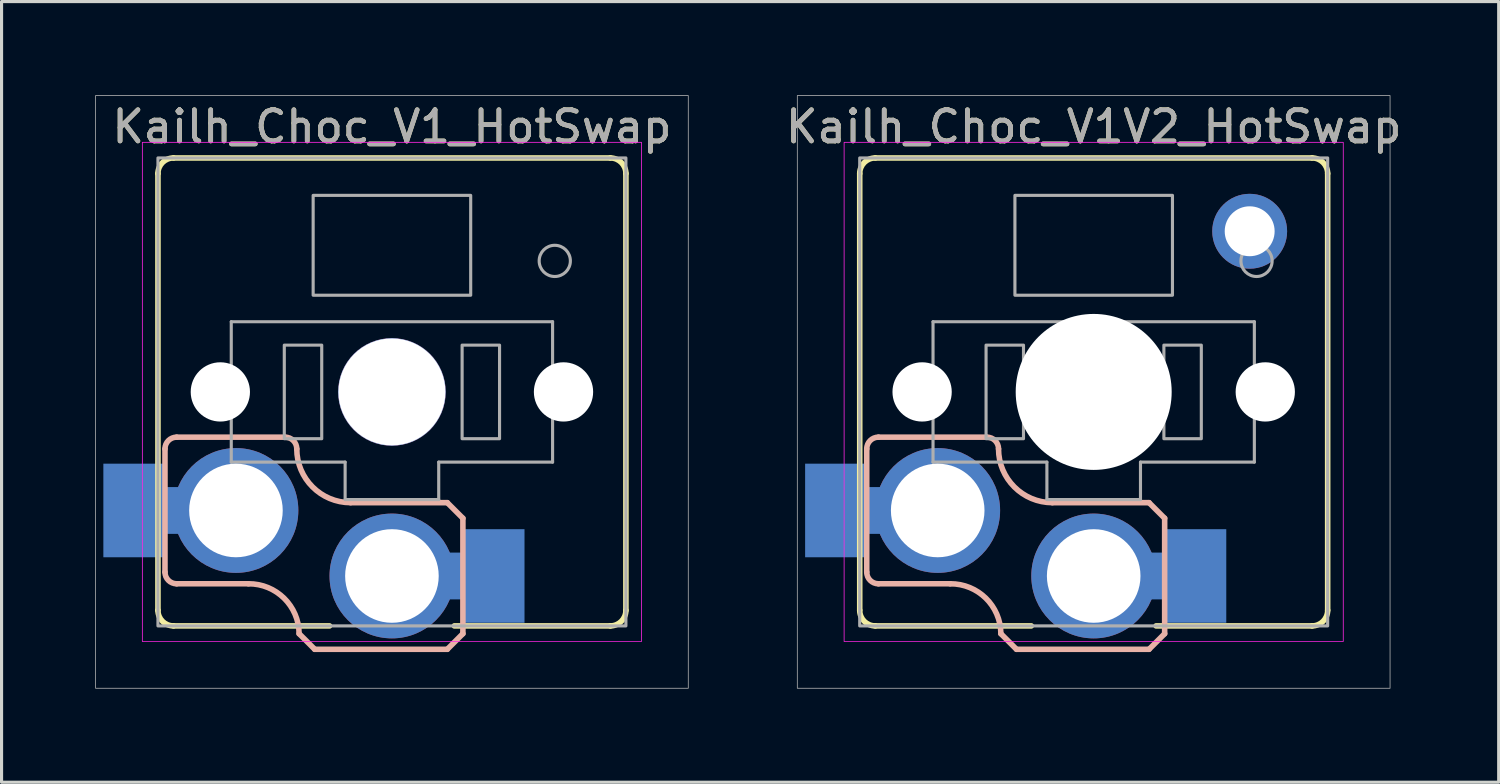
<source format=kicad_pcb>
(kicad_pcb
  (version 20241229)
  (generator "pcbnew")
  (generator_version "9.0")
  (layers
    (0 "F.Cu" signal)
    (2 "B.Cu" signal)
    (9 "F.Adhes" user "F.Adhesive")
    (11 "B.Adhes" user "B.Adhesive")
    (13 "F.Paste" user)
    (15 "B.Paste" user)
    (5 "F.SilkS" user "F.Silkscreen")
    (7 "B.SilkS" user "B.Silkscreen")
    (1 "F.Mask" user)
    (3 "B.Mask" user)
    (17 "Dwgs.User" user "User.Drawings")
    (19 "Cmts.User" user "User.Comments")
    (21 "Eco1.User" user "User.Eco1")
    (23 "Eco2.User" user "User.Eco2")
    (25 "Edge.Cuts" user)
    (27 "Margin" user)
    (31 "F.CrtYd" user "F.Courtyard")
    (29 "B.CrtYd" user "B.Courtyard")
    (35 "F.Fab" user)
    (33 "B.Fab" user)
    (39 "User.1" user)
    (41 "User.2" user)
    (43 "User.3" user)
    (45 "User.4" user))
  (footprint "Kailh_Choc_V1_HotSwap"
    (layer "F.Cu")
    (at 9.513 9.513)
    (property "Reference" "Kailh_Choc_V1_HotSwap" (at 0 -8.5 0) (unlocked yes) (layer "F.SilkS") (effects (font (size 1 1) (thickness 0.15))))
    (fp_line (start -7.5 -7) (end -7.5 7) (stroke (width 0.178) (type default)) (layer "F.SilkS"))
    (fp_line (start -7 7.5) (end -2 7.5) (stroke (width 0.178) (type default)) (layer "F.SilkS"))
    (fp_line (start 2 7.5) (end 7 7.5) (stroke (width 0.178) (type default)) (layer "F.SilkS"))
    (fp_line (start 7 -7.5) (end -7 -7.5) (stroke (width 0.178) (type default)) (layer "F.SilkS"))
    (fp_line (start 7.5 7) (end 7.5 -7) (stroke (width 0.178) (type default)) (layer "F.SilkS"))
    (fp_arc (start -7.5 -7) (mid -7.353553 -7.353553) (end -7 -7.5) (stroke (width 0.1778) (type default)) (layer "F.SilkS"))
    (fp_arc (start -7 7.5) (mid -7.353553 7.353553) (end -7.5 7) (stroke (width 0.1778) (type default)) (layer "F.SilkS"))
    (fp_arc (start 7 -7.5) (mid 7.353553 -7.353553) (end 7.5 -7) (stroke (width 0.1778) (type default)) (layer "F.SilkS"))
    (fp_arc (start 7.5 7) (mid 7.353553 7.353553) (end 7 7.5) (stroke (width 0.1778) (type default)) (layer "F.SilkS"))
    (fp_line (start -7.275 5.775) (end -7.275 1.825) (stroke (width 0.178) (type default)) (layer "B.SilkS"))
    (fp_line (start -6.9 1.45) (end -3.425 1.45) (stroke (width 0.178) (type default)) (layer "B.SilkS"))
    (fp_line (start -6.9 6.15) (end -4.6 6.15) (stroke (width 0.178) (type default)) (layer "B.SilkS"))
    (fp_line (start -2.475 8.25) (end -2.975 7.75) (stroke (width 0.178) (type default)) (layer "B.SilkS"))
    (fp_line (start -1.325 3.55) (end 1.775 3.55) (stroke (width 0.178) (type default)) (layer "B.SilkS"))
    (fp_line (start 1.775 8.25) (end -2.475 8.25) (stroke (width 0.178) (type default)) (layer "B.SilkS"))
    (fp_line (start 2.275 4.05) (end 1.775 3.55) (stroke (width 0.178) (type default)) (layer "B.SilkS"))
    (fp_line (start 2.275 4.05) (end 2.275 7.75) (stroke (width 0.178) (type default)) (layer "B.SilkS"))
    (fp_line (start 2.275 7.75) (end 1.775 8.25) (stroke (width 0.178) (type default)) (layer "B.SilkS"))
    (fp_arc (start -7.275 1.825) (mid -7.165165 1.559835) (end -6.9 1.45) (stroke (width 0.1778) (type default)) (layer "B.SilkS"))
    (fp_arc (start -6.9 6.15) (mid -7.165165 6.040165) (end -7.275 5.775) (stroke (width 0.1778) (type default)) (layer "B.SilkS"))
    (fp_arc (start -4.600195 6.15) (mid -3.456227 6.613411) (end -2.975 7.75) (stroke (width 0.1778) (type default)) (layer "B.SilkS"))
    (fp_arc (start -3.425 1.45) (mid -3.159835 1.559835) (end -3.05 1.825) (stroke (width 0.1778) (type default)) (layer "B.SilkS"))
    (fp_arc (start -1.325 3.55) (mid -2.544759 3.044759) (end -3.05 1.825) (stroke (width 0.1778) (type default)) (layer "B.SilkS"))
    (fp_rect (start -8 -8) (end 8 8) (stroke (width 0.025) (type solid)) (fill no) (layer "F.CrtYd"))
    (fp_line (start -5.15 -2.25) (end -5.15 2.25) (stroke (width 0.1) (type default)) (layer "F.Fab"))
    (fp_line (start -5.15 -2.25) (end 5.15 -2.25) (stroke (width 0.1) (type default)) (layer "F.Fab"))
    (fp_line (start -5.15 2.25) (end -1.5 2.25) (stroke (width 0.1) (type default)) (layer "F.Fab"))
    (fp_line (start -1.5 3.45) (end -1.5 2.25) (stroke (width 0.1) (type default)) (layer "F.Fab"))
    (fp_line (start 1.5 2.25) (end 1.5 3.45) (stroke (width 0.1) (type default)) (layer "F.Fab"))
    (fp_line (start 1.5 3.45) (end -1.5 3.45) (stroke (width 0.1) (type default)) (layer "F.Fab"))
    (fp_line (start 5.15 -2.25) (end 5.15 2.25) (stroke (width 0.1) (type default)) (layer "F.Fab"))
    (fp_line (start 5.15 2.25) (end 1.5 2.25) (stroke (width 0.1) (type default)) (layer "F.Fab"))
    (fp_rect (start -9.5 9.5) (end 9.5 -9.5) (stroke (width 0.025) (type default)) (fill no) (layer "F.Fab"))
    (fp_rect (start -7.5 7.5) (end 7.5 -7.5) (stroke (width 0.1) (type solid)) (fill no) (layer "F.Fab"))
    (fp_rect (start -2.525 -6.3) (end 2.525 -3.1) (stroke (width 0.1) (type default)) (fill no) (layer "F.Fab"))
    (fp_rect (start -2.25 -1.5) (end -3.45 1.5) (stroke (width 0.1) (type default)) (fill no) (layer "F.Fab"))
    (fp_rect (start 3.45 -1.5) (end 2.25 1.5) (stroke (width 0.1) (type default)) (fill no) (layer "F.Fab"))
    (fp_circle (center 5.22 -4.2) (end 5.72 -4.2) (stroke (width 0.1) (type default)) (fill no) (layer "F.Fab"))
    (fp_text user "${REFERENCE}" (at 0 -8.5 0) (unlocked yes) (layer "F.Fab") (effects (font (size 1 1) (thickness 0.15))))
    (pad "" np_thru_hole circle (at -5.5 0) (size 1.9 1.9) (drill 1.9) (layers "*.Cu" "*.Mask"))
    (pad "" np_thru_hole circle (at 0 0) (size 3.45 3.45) (drill 3.429) (layers "*.Cu" "*.Mask"))
    (pad "" np_thru_hole circle (at 5.5 0) (size 1.9 1.9) (drill 1.9) (layers "*.Cu" "*.Mask"))
    (pad "1" thru_hole circle (at 0 5.9) (size 4 4) (drill 3) (layers "*.Cu" "B.Mask"))
    (pad "1" smd rect (at 2 5.9) (size 4 1.5) (layers "B.Cu"))
    (pad "1" smd rect (at 3.25 5.9) (size 2 3) (layers "B.Cu" "B.Mask" "B.Paste"))
    (pad "2" smd rect (at -8.25 3.8) (size 2 3) (layers "B.Cu" "B.Mask" "B.Paste"))
    (pad "2" smd rect (at -7 3.8) (size 4 1.5) (layers "B.Cu"))
    (pad "2" thru_hole circle (at -5 3.8) (size 4 4) (drill 3) (layers "*.Cu" "B.Mask")))
  (footprint "Kailh_Choc_V1V2_HotSwap"
    (layer "F.Cu")
    (at 32.008 9.513)
    (property "Reference" "Kailh_Choc_V1V2_HotSwap" (at 0 -8.5 0) (unlocked yes) (layer "F.SilkS") (effects (font (size 1 1) (thickness 0.15))))
    (fp_line (start -7.5 -7) (end -7.5 7) (stroke (width 0.178) (type default)) (layer "F.SilkS"))
    (fp_line (start -7 7.5) (end -2 7.5) (stroke (width 0.178) (type default)) (layer "F.SilkS"))
    (fp_line (start 2 7.5) (end 7 7.5) (stroke (width 0.178) (type default)) (layer "F.SilkS"))
    (fp_line (start 7 -7.5) (end -7 -7.5) (stroke (width 0.178) (type default)) (layer "F.SilkS"))
    (fp_line (start 7.5 7) (end 7.5 -7) (stroke (width 0.178) (type default)) (layer "F.SilkS"))
    (fp_arc (start -7.5 -7) (mid -7.353553 -7.353553) (end -7 -7.5) (stroke (width 0.1778) (type default)) (layer "F.SilkS"))
    (fp_arc (start -7 7.5) (mid -7.353553 7.353553) (end -7.5 7) (stroke (width 0.1778) (type default)) (layer "F.SilkS"))
    (fp_arc (start 7 -7.5) (mid 7.353553 -7.353553) (end 7.5 -7) (stroke (width 0.1778) (type default)) (layer "F.SilkS"))
    (fp_arc (start 7.5 7) (mid 7.353553 7.353553) (end 7 7.5) (stroke (width 0.1778) (type default)) (layer "F.SilkS"))
    (fp_line (start -7.275 5.775) (end -7.275 1.825) (stroke (width 0.178) (type default)) (layer "B.SilkS"))
    (fp_line (start -6.9 1.45) (end -3.425 1.45) (stroke (width 0.178) (type default)) (layer "B.SilkS"))
    (fp_line (start -6.9 6.15) (end -4.6 6.15) (stroke (width 0.178) (type default)) (layer "B.SilkS"))
    (fp_line (start -2.475 8.25) (end -2.975 7.75) (stroke (width 0.178) (type default)) (layer "B.SilkS"))
    (fp_line (start -1.325 3.55) (end 1.775 3.55) (stroke (width 0.178) (type default)) (layer "B.SilkS"))
    (fp_line (start 1.775 8.25) (end -2.475 8.25) (stroke (width 0.178) (type default)) (layer "B.SilkS"))
    (fp_line (start 2.275 4.05) (end 1.775 3.55) (stroke (width 0.178) (type default)) (layer "B.SilkS"))
    (fp_line (start 2.275 4.05) (end 2.275 7.75) (stroke (width 0.178) (type default)) (layer "B.SilkS"))
    (fp_line (start 2.275 7.75) (end 1.775 8.25) (stroke (width 0.178) (type default)) (layer "B.SilkS"))
    (fp_arc (start -7.275 1.825) (mid -7.165165 1.559835) (end -6.9 1.45) (stroke (width 0.1778) (type default)) (layer "B.SilkS"))
    (fp_arc (start -6.9 6.15) (mid -7.165165 6.040165) (end -7.275 5.775) (stroke (width 0.1778) (type default)) (layer "B.SilkS"))
    (fp_arc (start -4.600195 6.15) (mid -3.456227 6.613411) (end -2.975 7.75) (stroke (width 0.1778) (type default)) (layer "B.SilkS"))
    (fp_arc (start -3.425 1.45) (mid -3.159835 1.559835) (end -3.05 1.825) (stroke (width 0.1778) (type default)) (layer "B.SilkS"))
    (fp_arc (start -1.325 3.55) (mid -2.544759 3.044759) (end -3.05 1.825) (stroke (width 0.1778) (type default)) (layer "B.SilkS"))
    (fp_rect (start -8 -8) (end 8 8) (stroke (width 0.025) (type solid)) (fill no) (layer "F.CrtYd"))
    (fp_line (start -5.15 -2.25) (end -5.15 2.25) (stroke (width 0.1) (type default)) (layer "F.Fab"))
    (fp_line (start -5.15 -2.25) (end 5.15 -2.25) (stroke (width 0.1) (type default)) (layer "F.Fab"))
    (fp_line (start -5.15 2.25) (end -1.5 2.25) (stroke (width 0.1) (type default)) (layer "F.Fab"))
    (fp_line (start -1.5 3.45) (end -1.5 2.25) (stroke (width 0.1) (type default)) (layer "F.Fab"))
    (fp_line (start 1.5 2.25) (end 1.5 3.45) (stroke (width 0.1) (type default)) (layer "F.Fab"))
    (fp_line (start 1.5 3.45) (end -1.5 3.45) (stroke (width 0.1) (type default)) (layer "F.Fab"))
    (fp_line (start 5.15 -2.25) (end 5.15 2.25) (stroke (width 0.1) (type default)) (layer "F.Fab"))
    (fp_line (start 5.15 2.25) (end 1.5 2.25) (stroke (width 0.1) (type default)) (layer "F.Fab"))
    (fp_rect (start -9.5 9.5) (end 9.5 -9.5) (stroke (width 0.025) (type default)) (fill no) (layer "F.Fab"))
    (fp_rect (start -7.5 7.5) (end 7.5 -7.5) (stroke (width 0.1) (type solid)) (fill no) (layer "F.Fab"))
    (fp_rect (start -2.525 -6.3) (end 2.525 -3.1) (stroke (width 0.1) (type default)) (fill no) (layer "F.Fab"))
    (fp_rect (start -2.25 -1.5) (end -3.45 1.5) (stroke (width 0.1) (type default)) (fill no) (layer "F.Fab"))
    (fp_rect (start 3.45 -1.5) (end 2.25 1.5) (stroke (width 0.1) (type default)) (fill no) (layer "F.Fab"))
    (fp_circle (center 5.22 -4.2) (end 5.72 -4.2) (stroke (width 0.1) (type default)) (fill no) (layer "F.Fab"))
    (fp_text user "${REFERENCE}" (at 0 -8.5 0) (unlocked yes) (layer "F.Fab") (effects (font (size 1 1) (thickness 0.15))))
    (pad "" np_thru_hole circle (at -5.5 0) (size 1.9 1.9) (drill 1.9) (layers "*.Cu" "*.Mask"))
    (pad "" np_thru_hole circle (at 0 0) (size 5 5) (drill 5) (layers "*.Cu" "*.Mask"))
    (pad "" np_thru_hole circle (at 5.5 0) (size 1.9 1.9) (drill 1.9) (layers "*.Cu" "*.Mask"))
    (pad "1" thru_hole circle (at 0 5.9) (size 4 4) (drill 3) (layers "*.Cu" "B.Mask"))
    (pad "1" smd rect (at 2 5.9) (size 4 1.5) (layers "B.Cu"))
    (pad "1" smd rect (at 3.25 5.9) (size 2 3) (layers "B.Cu" "B.Mask" "B.Paste"))
    (pad "2" smd rect (at -8.25 3.8) (size 2 3) (layers "B.Cu" "B.Mask" "B.Paste"))
    (pad "2" smd rect (at -7 3.8) (size 4 1.5) (layers "B.Cu"))
    (pad "2" thru_hole circle (at -5 3.8) (size 4 4) (drill 3) (layers "*.Cu" "B.Mask"))
    (pad "MP" thru_hole circle (at 5 -5.15) (size 2.4 2.4) (drill 1.6) (layers "*.Cu" "B.Mask")))
  (gr_rect
    (start -3 -3)
    (end 44.99 22.025)
    (stroke (width 0.1) (type default))
    (fill no)
    (layer "Edge.Cuts")))
</source>
